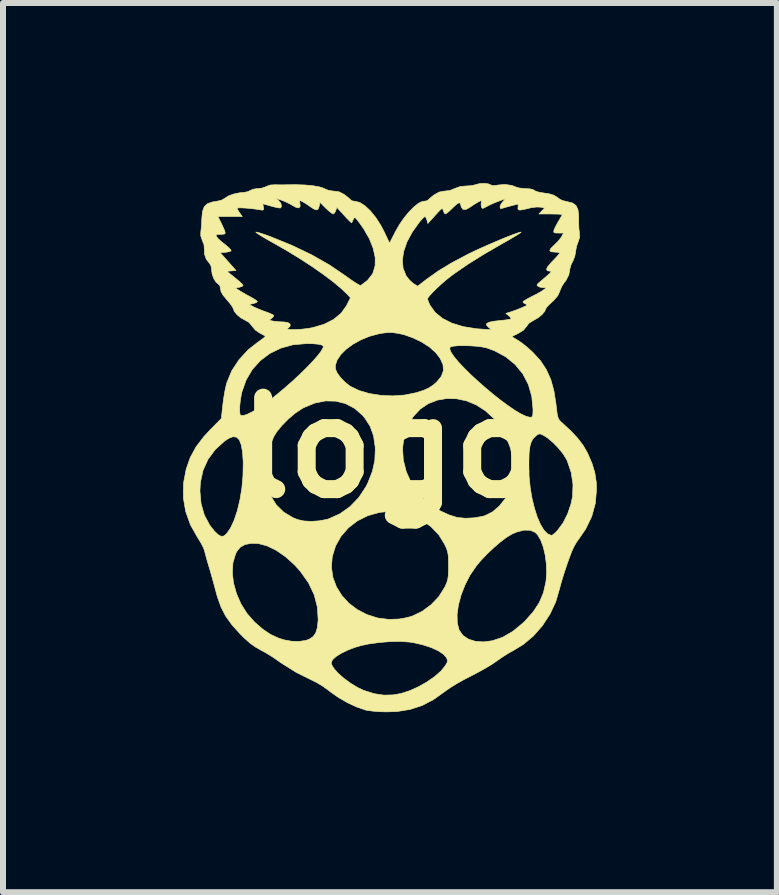
<source format=kicad_pcb>
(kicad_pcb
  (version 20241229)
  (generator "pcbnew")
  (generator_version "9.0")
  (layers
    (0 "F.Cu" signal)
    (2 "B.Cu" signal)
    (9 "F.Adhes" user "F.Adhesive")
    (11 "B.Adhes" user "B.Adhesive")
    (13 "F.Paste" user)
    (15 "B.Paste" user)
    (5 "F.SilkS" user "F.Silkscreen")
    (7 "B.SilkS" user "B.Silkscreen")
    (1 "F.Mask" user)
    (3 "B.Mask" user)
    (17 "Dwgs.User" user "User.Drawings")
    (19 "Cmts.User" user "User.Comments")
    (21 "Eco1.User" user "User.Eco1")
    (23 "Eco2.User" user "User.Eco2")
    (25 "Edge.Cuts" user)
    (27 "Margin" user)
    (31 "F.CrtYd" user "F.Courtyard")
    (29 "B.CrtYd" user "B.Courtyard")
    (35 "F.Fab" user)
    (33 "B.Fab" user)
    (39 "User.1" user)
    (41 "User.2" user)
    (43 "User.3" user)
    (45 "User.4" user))
  (footprint "logo"
    (layer "F.Cu")
    (at 3.439 4.41)
    (property "Reference" "logo" (at 0 0 0) (layer "F.SilkS") (effects (font (size 1.524 1.524) (thickness 0.3))))
    (attr through_hole)
    (fp_poly (pts (xy 1.647 -4.397) (xy 1.683 -4.381) (xy 1.722 -4.367) (xy 1.787 -4.373) (xy 1.808 -4.377) (xy 1.923 -4.387) (xy 2.036 -4.371) (xy 2.11 -4.343) (xy 2.157 -4.329) (xy 2.227 -4.32) (xy 2.271 -4.318) (xy 2.352 -4.312) (xy 2.402 -4.296) (xy 2.411 -4.289) (xy 2.444 -4.271) (xy 2.504 -4.255) (xy 2.566 -4.245) (xy 2.666 -4.23) (xy 2.738 -4.207) (xy 2.798 -4.171) (xy 2.826 -4.149) (xy 2.873 -4.123) (xy 2.94 -4.104) (xy 2.963 -4.1) (xy 3.05 -4.078) (xy 3.108 -4.036) (xy 3.141 -3.967) (xy 3.153 -3.866) (xy 3.153 -3.823) (xy 3.153 -3.732) (xy 3.157 -3.645) (xy 3.164 -3.586) (xy 3.168 -3.504) (xy 3.144 -3.431) (xy 3.144 -3.43) (xy 3.119 -3.362) (xy 3.104 -3.284) (xy 3.103 -3.271) (xy 3.088 -3.191) (xy 3.058 -3.113) (xy 3.052 -3.103) (xy 3.022 -3.041) (xy 3.007 -2.986) (xy 3.006 -2.974) (xy 2.988 -2.879) (xy 2.94 -2.786) (xy 2.913 -2.752) (xy 2.876 -2.696) (xy 2.844 -2.626) (xy 2.839 -2.609) (xy 2.805 -2.534) (xy 2.743 -2.461) (xy 2.709 -2.429) (xy 2.655 -2.379) (xy 2.617 -2.338) (xy 2.604 -2.314) (xy 2.586 -2.271) (xy 2.542 -2.219) (xy 2.482 -2.169) (xy 2.416 -2.13) (xy 2.407 -2.126) (xy 2.324 -2.075) (xy 2.286 -2.023) (xy 2.233 -1.959) (xy 2.145 -1.905) (xy 2.037 -1.852) (xy 2.143 -1.788) (xy 2.209 -1.743) (xy 2.289 -1.679) (xy 2.369 -1.608) (xy 2.391 -1.587) (xy 2.517 -1.449) (xy 2.614 -1.301) (xy 2.688 -1.137) (xy 2.74 -0.948) (xy 2.775 -0.727) (xy 2.776 -0.714) (xy 2.788 -0.612) (xy 2.798 -0.542) (xy 2.811 -0.496) (xy 2.829 -0.463) (xy 2.855 -0.434) (xy 2.877 -0.415) (xy 3.022 -0.281) (xy 3.135 -0.16) (xy 3.224 -0.044) (xy 3.293 0.074) (xy 3.301 0.09) (xy 3.375 0.261) (xy 3.422 0.417) (xy 3.446 0.575) (xy 3.45 0.695) (xy 3.43 0.927) (xy 3.37 1.146) (xy 3.269 1.355) (xy 3.161 1.512) (xy 3.116 1.575) (xy 3.076 1.644) (xy 3.037 1.728) (xy 2.996 1.837) (xy 2.961 1.935) (xy 2.922 2.051) (xy 2.886 2.164) (xy 2.857 2.262) (xy 2.838 2.335) (xy 2.834 2.349) (xy 2.771 2.566) (xy 2.674 2.773) (xy 2.548 2.966) (xy 2.399 3.136) (xy 2.231 3.277) (xy 2.08 3.369) (xy 1.992 3.418) (xy 1.891 3.481) (xy 1.799 3.545) (xy 1.789 3.552) (xy 1.714 3.604) (xy 1.612 3.666) (xy 1.496 3.731) (xy 1.378 3.793) (xy 1.355 3.805) (xy 1.238 3.865) (xy 1.122 3.93) (xy 1.02 3.993) (xy 0.942 4.047) (xy 0.931 4.055) (xy 0.737 4.194) (xy 0.544 4.295) (xy 0.344 4.36) (xy 0.128 4.395) (xy -0.051 4.401) (xy -0.165 4.398) (xy -0.275 4.389) (xy -0.365 4.377) (xy -0.402 4.369) (xy -0.543 4.321) (xy -0.698 4.249) (xy -0.849 4.162) (xy -0.983 4.068) (xy -1.001 4.053) (xy -1.099 3.981) (xy -1.208 3.915) (xy -1.298 3.87) (xy -1.554 3.743) (xy -1.808 3.583) (xy -1.82 3.575) (xy -0.968 3.575) (xy -0.968 3.605) (xy -0.947 3.644) (xy -0.918 3.687) (xy -0.851 3.762) (xy -0.757 3.844) (xy -0.647 3.924) (xy -0.535 3.993) (xy -0.432 4.042) (xy -0.428 4.043) (xy -0.254 4.098) (xy -0.095 4.122) (xy 0.061 4.118) (xy 0.191 4.095) (xy 0.332 4.05) (xy 0.478 3.985) (xy 0.62 3.905) (xy 0.749 3.816) (xy 0.856 3.723) (xy 0.93 3.632) (xy 0.932 3.629) (xy 0.961 3.577) (xy 0.967 3.541) (xy 0.952 3.503) (xy 0.951 3.5) (xy 0.899 3.44) (xy 0.811 3.382) (xy 0.695 3.329) (xy 0.557 3.284) (xy 0.405 3.249) (xy 0.33 3.238) (xy 0.184 3.227) (xy 0.013 3.23) (xy -0.169 3.245) (xy -0.348 3.27) (xy -0.468 3.295) (xy -0.582 3.328) (xy -0.695 3.372) (xy -0.798 3.422) (xy -0.882 3.473) (xy -0.938 3.521) (xy -0.951 3.539) (xy -0.968 3.575) (xy -1.82 3.575) (xy -1.863 3.544) (xy -1.955 3.481) (xy -2.06 3.417) (xy -2.148 3.369) (xy -2.234 3.32) (xy -2.319 3.259) (xy -2.412 3.177) (xy -2.487 3.103) (xy -2.623 2.953) (xy -2.728 2.807) (xy -2.807 2.654) (xy -2.868 2.481) (xy -2.889 2.405) (xy -2.92 2.288) (xy -2.957 2.155) (xy -2.978 2.082) (xy -2.618 2.082) (xy -2.598 2.255) (xy -2.549 2.431) (xy -2.474 2.602) (xy -2.374 2.761) (xy -2.251 2.901) (xy -2.25 2.902) (xy -2.113 3.022) (xy -1.983 3.11) (xy -1.848 3.172) (xy -1.757 3.201) (xy -1.631 3.224) (xy -1.505 3.227) (xy -1.394 3.211) (xy -1.337 3.19) (xy -1.272 3.147) (xy -1.228 3.085) (xy -1.202 2.999) (xy -1.189 2.88) (xy -1.188 2.866) (xy -1.201 2.655) (xy -1.254 2.45) (xy -1.349 2.251) (xy -1.485 2.059) (xy -1.547 1.989) (xy -0.967 1.989) (xy -0.943 2.158) (xy -0.884 2.317) (xy -0.794 2.462) (xy -0.677 2.59) (xy -0.536 2.697) (xy -0.375 2.78) (xy -0.199 2.836) (xy -0.011 2.86) (xy 0.159 2.854) (xy 0.248 2.839) (xy 0.337 2.818) (xy 0.38 2.805) (xy 0.437 2.778) (xy 1.127 2.778) (xy 1.13 2.918) (xy 1.16 3.035) (xy 1.163 3.041) (xy 1.224 3.127) (xy 1.316 3.189) (xy 1.432 3.226) (xy 1.567 3.235) (xy 1.714 3.216) (xy 1.887 3.157) (xy 2.055 3.06) (xy 2.221 2.923) (xy 2.256 2.89) (xy 2.395 2.734) (xy 2.497 2.579) (xy 2.566 2.415) (xy 2.607 2.234) (xy 2.608 2.229) (xy 2.619 2.086) (xy 2.614 1.936) (xy 2.595 1.79) (xy 2.563 1.654) (xy 2.52 1.539) (xy 2.468 1.451) (xy 2.429 1.411) (xy 2.346 1.375) (xy 2.242 1.373) (xy 2.119 1.405) (xy 2.04 1.439) (xy 1.953 1.491) (xy 1.85 1.569) (xy 1.738 1.665) (xy 1.626 1.771) (xy 1.523 1.879) (xy 1.444 1.974) (xy 1.342 2.124) (xy 1.258 2.288) (xy 1.193 2.456) (xy 1.149 2.621) (xy 1.127 2.778) (xy 0.437 2.778) (xy 0.544 2.726) (xy 0.695 2.615) (xy 0.824 2.479) (xy 0.92 2.326) (xy 0.927 2.313) (xy 0.954 2.251) (xy 0.971 2.196) (xy 0.98 2.133) (xy 0.984 2.05) (xy 0.984 1.968) (xy 0.983 1.865) (xy 0.979 1.79) (xy 0.968 1.731) (xy 0.949 1.674) (xy 0.918 1.607) (xy 0.918 1.607) (xy 0.822 1.451) (xy 0.693 1.316) (xy 0.54 1.207) (xy 0.367 1.126) (xy 0.181 1.077) (xy -0.011 1.062) (xy -0.164 1.077) (xy -0.358 1.131) (xy -0.533 1.218) (xy -0.684 1.334) (xy -0.807 1.475) (xy -0.898 1.637) (xy -0.953 1.814) (xy -0.967 1.989) (xy -1.547 1.989) (xy -1.58 1.953) (xy -1.732 1.816) (xy -1.887 1.709) (xy -2.04 1.635) (xy -2.186 1.596) (xy -2.297 1.592) (xy -2.407 1.613) (xy -2.487 1.658) (xy -2.547 1.734) (xy -2.565 1.772) (xy -2.608 1.918) (xy -2.618 2.082) (xy -2.978 2.082) (xy -2.993 2.029) (xy -3.003 1.996) (xy -3.032 1.9) (xy -3.057 1.811) (xy -3.075 1.743) (xy -3.081 1.717) (xy -3.099 1.666) (xy -3.136 1.595) (xy -3.184 1.515) (xy -3.198 1.494) (xy -3.316 1.284) (xy -3.395 1.063) (xy -3.434 0.835) (xy -3.433 0.722) (xy -3.158 0.722) (xy -3.139 0.932) (xy -3.084 1.123) (xy -2.994 1.291) (xy -2.917 1.389) (xy -2.853 1.45) (xy -2.802 1.477) (xy -2.758 1.47) (xy -2.715 1.434) (xy -2.648 1.338) (xy -2.587 1.206) (xy -2.534 1.047) (xy -2.491 0.866) (xy -2.459 0.672) (xy -2.441 0.47) (xy -2.439 0.38) (xy -2.07 0.38) (xy -2.055 0.564) (xy -2.043 0.621) (xy -1.978 0.802) (xy -1.885 0.953) (xy -1.762 1.073) (xy -1.609 1.165) (xy -1.527 1.198) (xy -1.427 1.22) (xy -1.303 1.227) (xy -1.171 1.218) (xy -1.048 1.195) (xy -1.01 1.184) (xy -0.824 1.1) (xy -0.656 0.98) (xy -0.51 0.828) (xy -0.391 0.648) (xy -0.358 0.582) (xy -0.284 0.393) (xy -0.244 0.212) (xy -0.236 0.024) (xy -0.237 0.008) (xy 0.218 0.008) (xy 0.231 0.205) (xy 0.28 0.399) (xy 0.364 0.585) (xy 0.484 0.759) (xy 0.608 0.889) (xy 0.719 0.976) (xy 0.853 1.055) (xy 0.993 1.119) (xy 1.123 1.16) (xy 1.132 1.162) (xy 1.264 1.175) (xy 1.41 1.168) (xy 1.549 1.144) (xy 1.596 1.13) (xy 1.718 1.068) (xy 1.831 0.971) (xy 1.929 0.847) (xy 2.006 0.704) (xy 2.055 0.549) (xy 2.056 0.547) (xy 2.073 0.378) (xy 2.067 0.296) (xy 2.32 0.296) (xy 2.327 0.485) (xy 2.346 0.67) (xy 2.376 0.846) (xy 2.416 1.009) (xy 2.463 1.155) (xy 2.516 1.277) (xy 2.573 1.372) (xy 2.634 1.434) (xy 2.696 1.46) (xy 2.702 1.46) (xy 2.728 1.446) (xy 2.771 1.408) (xy 2.804 1.373) (xy 2.893 1.252) (xy 2.968 1.103) (xy 3.024 0.94) (xy 3.051 0.813) (xy 3.058 0.613) (xy 3.028 0.411) (xy 2.962 0.219) (xy 2.95 0.194) (xy 2.895 0.104) (xy 2.816 0.006) (xy 2.725 -0.087) (xy 2.635 -0.163) (xy 2.577 -0.2) (xy 2.526 -0.226) (xy 2.495 -0.231) (xy 2.464 -0.216) (xy 2.442 -0.199) (xy 2.397 -0.156) (xy 2.363 -0.1) (xy 2.341 -0.024) (xy 2.327 0.078) (xy 2.321 0.212) (xy 2.32 0.296) (xy 2.067 0.296) (xy 2.059 0.193) (xy 2.015 0.004) (xy 1.945 -0.18) (xy 1.862 -0.329) (xy 1.739 -0.488) (xy 1.598 -0.616) (xy 1.445 -0.714) (xy 1.284 -0.781) (xy 1.119 -0.816) (xy 0.955 -0.82) (xy 0.797 -0.793) (xy 0.648 -0.735) (xy 0.514 -0.645) (xy 0.399 -0.523) (xy 0.309 -0.373) (xy 0.244 -0.186) (xy 0.218 0.008) (xy -0.237 0.008) (xy -0.238 -0.016) (xy -0.265 -0.199) (xy -0.322 -0.357) (xy -0.412 -0.497) (xy -0.447 -0.539) (xy -0.581 -0.656) (xy -0.731 -0.735) (xy -0.894 -0.776) (xy -1.066 -0.78) (xy -1.244 -0.744) (xy -1.424 -0.67) (xy -1.458 -0.651) (xy -1.57 -0.576) (xy -1.685 -0.479) (xy -1.791 -0.371) (xy -1.879 -0.264) (xy -1.924 -0.192) (xy -2.003 -0.008) (xy -2.052 0.187) (xy -2.07 0.38) (xy -2.439 0.38) (xy -2.437 0.268) (xy -2.437 0.232) (xy -2.448 0.071) (xy -2.47 -0.05) (xy -2.502 -0.132) (xy -2.547 -0.176) (xy -2.606 -0.184) (xy -2.679 -0.156) (xy -2.746 -0.112) (xy -2.903 0.031) (xy -3.023 0.193) (xy -3.106 0.376) (xy -3.15 0.576) (xy -3.158 0.722) (xy -3.433 0.722) (xy -3.431 0.603) (xy -3.428 0.572) (xy -3.387 0.357) (xy -3.32 0.165) (xy -3.223 -0.014) (xy -3.09 -0.188) (xy -2.994 -0.291) (xy -2.801 -0.487) (xy -2.787 -0.617) (xy -2.497 -0.617) (xy -2.491 -0.561) (xy -2.482 -0.542) (xy -2.445 -0.534) (xy -2.377 -0.554) (xy -2.281 -0.601) (xy -2.223 -0.635) (xy -2.117 -0.703) (xy -2 -0.788) (xy -1.875 -0.887) (xy -1.746 -0.995) (xy -1.617 -1.108) (xy -1.494 -1.222) (xy -1.38 -1.334) (xy -1.345 -1.37) (xy -0.902 -1.37) (xy -0.899 -1.309) (xy -0.87 -1.244) (xy -0.815 -1.169) (xy -0.742 -1.094) (xy -0.663 -1.031) (xy -0.653 -1.024) (xy -0.508 -0.954) (xy -0.336 -0.903) (xy -0.145 -0.873) (xy 0.055 -0.864) (xy 0.253 -0.878) (xy 0.441 -0.916) (xy 0.456 -0.92) (xy 0.572 -0.958) (xy 0.66 -0.998) (xy 0.734 -1.048) (xy 0.788 -1.096) (xy 0.864 -1.189) (xy 0.899 -1.285) (xy 0.892 -1.385) (xy 0.844 -1.49) (xy 0.771 -1.585) (xy 0.708 -1.641) (xy 1.005 -1.641) (xy 1.029 -1.585) (xy 1.08 -1.512) (xy 1.153 -1.424) (xy 1.246 -1.326) (xy 1.353 -1.22) (xy 1.471 -1.111) (xy 1.596 -1.001) (xy 1.724 -0.894) (xy 1.851 -0.793) (xy 1.974 -0.703) (xy 2.087 -0.625) (xy 2.188 -0.565) (xy 2.273 -0.525) (xy 2.337 -0.508) (xy 2.343 -0.508) (xy 2.37 -0.511) (xy 2.384 -0.527) (xy 2.39 -0.565) (xy 2.392 -0.636) (xy 2.392 -0.64) (xy 2.371 -0.856) (xy 2.314 -1.054) (xy 2.221 -1.232) (xy 2.094 -1.387) (xy 1.936 -1.516) (xy 1.75 -1.616) (xy 1.618 -1.664) (xy 1.546 -1.679) (xy 1.453 -1.691) (xy 1.349 -1.698) (xy 1.244 -1.701) (xy 1.148 -1.7) (xy 1.07 -1.693) (xy 1.021 -1.682) (xy 1.011 -1.676) (xy 1.005 -1.641) (xy 0.708 -1.641) (xy 0.67 -1.675) (xy 0.541 -1.759) (xy 0.394 -1.83) (xy 0.242 -1.884) (xy 0.147 -1.905) (xy 0.056 -1.918) (xy -0.021 -1.92) (xy -0.103 -1.911) (xy -0.178 -1.898) (xy -0.332 -1.857) (xy -0.477 -1.797) (xy -0.609 -1.724) (xy -0.722 -1.641) (xy -0.812 -1.551) (xy -0.873 -1.459) (xy -0.902 -1.37) (xy -1.345 -1.37) (xy -1.28 -1.438) (xy -1.198 -1.531) (xy -1.138 -1.609) (xy -1.106 -1.667) (xy -1.101 -1.689) (xy -1.121 -1.709) (xy -1.179 -1.724) (xy -1.271 -1.733) (xy -1.384 -1.735) (xy -1.604 -1.716) (xy -1.807 -1.661) (xy -1.991 -1.572) (xy -2.151 -1.452) (xy -2.284 -1.305) (xy -2.387 -1.131) (xy -2.457 -0.935) (xy -2.467 -0.893) (xy -2.484 -0.793) (xy -2.494 -0.698) (xy -2.497 -0.617) (xy -2.787 -0.617) (xy -2.776 -0.72) (xy -2.761 -0.832) (xy -2.742 -0.944) (xy -2.721 -1.041) (xy -2.709 -1.085) (xy -2.627 -1.283) (xy -2.506 -1.467) (xy -2.353 -1.633) (xy -2.191 -1.76) (xy -2.13 -1.803) (xy -2.086 -1.837) (xy -2.068 -1.855) (xy -2.068 -1.856) (xy -2.088 -1.871) (xy -2.134 -1.897) (xy -2.163 -1.912) (xy -2.235 -1.961) (xy -2.283 -2.019) (xy -2.286 -2.023) (xy -2.34 -2.088) (xy -2.407 -2.126) (xy -2.476 -2.164) (xy -2.539 -2.216) (xy -2.585 -2.271) (xy -2.603 -2.318) (xy -2.603 -2.319) (xy -2.617 -2.349) (xy -2.652 -2.398) (xy -2.703 -2.458) (xy -2.709 -2.466) (xy -2.772 -2.541) (xy -2.805 -2.599) (xy -2.815 -2.647) (xy -2.825 -2.698) (xy -2.846 -2.723) (xy -2.889 -2.758) (xy -2.928 -2.82) (xy -2.955 -2.895) (xy -2.963 -2.958) (xy -2.972 -3.027) (xy -2.996 -3.07) (xy -2.996 -3.07) (xy -3.05 -3.137) (xy -3.081 -3.221) (xy -3.084 -3.293) (xy -3.09 -3.384) (xy -3.114 -3.443) (xy -3.144 -3.529) (xy -3.144 -3.545) (xy -2.888 -3.545) (xy -2.883 -3.523) (xy -2.879 -3.514) (xy -2.851 -3.48) (xy -2.799 -3.433) (xy -2.738 -3.385) (xy -2.683 -3.339) (xy -2.647 -3.302) (xy -2.638 -3.281) (xy -2.638 -3.28) (xy -2.67 -3.267) (xy -2.724 -3.257) (xy -2.738 -3.256) (xy -2.819 -3.249) (xy -2.688 -3.101) (xy -2.557 -2.953) (xy -2.709 -2.94) (xy -2.577 -2.834) (xy -2.514 -2.782) (xy -2.465 -2.738) (xy -2.44 -2.711) (xy -2.438 -2.708) (xy -2.451 -2.691) (xy -2.492 -2.676) (xy -2.497 -2.675) (xy -2.564 -2.661) (xy -2.504 -2.621) (xy -2.453 -2.589) (xy -2.381 -2.548) (xy -2.323 -2.517) (xy -2.261 -2.482) (xy -2.217 -2.453) (xy -2.201 -2.436) (xy -2.22 -2.418) (xy -2.264 -2.403) (xy -2.269 -2.402) (xy -2.337 -2.387) (xy -2.264 -2.348) (xy -2.204 -2.32) (xy -2.123 -2.287) (xy -2.058 -2.264) (xy -1.991 -2.239) (xy -1.944 -2.216) (xy -1.926 -2.201) (xy -1.942 -2.176) (xy -1.969 -2.152) (xy -1.994 -2.133) (xy -1.989 -2.121) (xy -1.949 -2.112) (xy -1.932 -2.109) (xy -1.856 -2.1) (xy -1.773 -2.096) (xy -1.761 -2.096) (xy -1.694 -2.086) (xy -1.657 -2.063) (xy -1.654 -2.029) (xy -1.683 -1.997) (xy -1.699 -1.982) (xy -1.691 -1.974) (xy -1.654 -1.97) (xy -1.58 -1.969) (xy -1.576 -1.969) (xy -1.472 -1.974) (xy -1.358 -1.987) (xy -1.281 -2.001) (xy -1.09 -2.057) (xy -0.932 -2.137) (xy -0.806 -2.241) (xy -0.716 -2.366) (xy -0.708 -2.383) (xy -0.65 -2.499) (xy -0.701 -2.554) (xy -0.805 -2.654) (xy -0.942 -2.768) (xy -1.107 -2.892) (xy -1.294 -3.022) (xy -1.498 -3.155) (xy -1.713 -3.286) (xy -1.925 -3.407) (xy -2.028 -3.465) (xy -2.115 -3.516) (xy -2.181 -3.557) (xy -2.22 -3.584) (xy -2.227 -3.593) (xy -2.199 -3.589) (xy -2.141 -3.573) (xy -2.063 -3.546) (xy -1.997 -3.523) (xy -1.63 -3.374) (xy -1.299 -3.216) (xy -0.999 -3.045) (xy -0.725 -2.859) (xy -0.706 -2.845) (xy -0.625 -2.787) (xy -0.555 -2.741) (xy -0.503 -2.711) (xy -0.478 -2.704) (xy -0.477 -2.704) (xy -0.366 -2.789) (xy -0.285 -2.892) (xy -0.274 -2.914) (xy -0.239 -3.033) (xy -0.238 -3.122) (xy 0.215 -3.122) (xy 0.228 -2.987) (xy 0.276 -2.869) (xy 0.283 -2.858) (xy 0.332 -2.796) (xy 0.387 -2.745) (xy 0.405 -2.732) (xy 0.47 -2.692) (xy 0.618 -2.806) (xy 0.813 -2.945) (xy 1.038 -3.081) (xy 1.298 -3.219) (xy 1.402 -3.27) (xy 1.515 -3.322) (xy 1.636 -3.376) (xy 1.759 -3.429) (xy 1.878 -3.479) (xy 1.986 -3.523) (xy 2.078 -3.558) (xy 2.147 -3.582) (xy 2.187 -3.592) (xy 2.194 -3.592) (xy 2.179 -3.579) (xy 2.134 -3.549) (xy 2.062 -3.506) (xy 1.97 -3.452) (xy 1.872 -3.397) (xy 1.57 -3.222) (xy 1.305 -3.056) (xy 1.079 -2.9) (xy 1.027 -2.862) (xy 0.947 -2.799) (xy 0.865 -2.728) (xy 0.786 -2.655) (xy 0.718 -2.587) (xy 0.666 -2.531) (xy 0.638 -2.492) (xy 0.635 -2.482) (xy 0.644 -2.446) (xy 0.667 -2.392) (xy 0.675 -2.375) (xy 0.76 -2.256) (xy 0.882 -2.156) (xy 1.037 -2.077) (xy 1.225 -2.019) (xy 1.444 -1.983) (xy 1.616 -1.971) (xy 1.698 -1.968) (xy 1.648 -2.009) (xy 1.617 -2.043) (xy 1.62 -2.07) (xy 1.659 -2.091) (xy 1.735 -2.107) (xy 1.831 -2.118) (xy 1.915 -2.127) (xy 1.982 -2.136) (xy 2.021 -2.144) (xy 2.026 -2.146) (xy 2.02 -2.166) (xy 1.989 -2.197) (xy 1.989 -2.198) (xy 1.939 -2.238) (xy 2.023 -2.264) (xy 2.094 -2.289) (xy 2.177 -2.321) (xy 2.209 -2.335) (xy 2.267 -2.36) (xy 2.29 -2.377) (xy 2.283 -2.388) (xy 2.268 -2.395) (xy 2.232 -2.415) (xy 2.223 -2.429) (xy 2.24 -2.446) (xy 2.287 -2.475) (xy 2.353 -2.51) (xy 2.367 -2.517) (xy 2.445 -2.557) (xy 2.515 -2.596) (xy 2.561 -2.625) (xy 2.562 -2.626) (xy 2.614 -2.666) (xy 2.561 -2.667) (xy 2.507 -2.676) (xy 2.477 -2.689) (xy 2.458 -2.708) (xy 2.471 -2.731) (xy 2.488 -2.747) (xy 2.578 -2.823) (xy 2.64 -2.877) (xy 2.677 -2.911) (xy 2.693 -2.931) (xy 2.691 -2.94) (xy 2.677 -2.942) (xy 2.672 -2.942) (xy 2.628 -2.95) (xy 2.617 -2.976) (xy 2.64 -3.021) (xy 2.697 -3.087) (xy 2.717 -3.109) (xy 2.773 -3.167) (xy 2.815 -3.214) (xy 2.835 -3.241) (xy 2.836 -3.244) (xy 2.818 -3.254) (xy 2.771 -3.259) (xy 2.752 -3.26) (xy 2.693 -3.265) (xy 2.671 -3.284) (xy 2.686 -3.318) (xy 2.738 -3.37) (xy 2.746 -3.377) (xy 2.803 -3.433) (xy 2.852 -3.492) (xy 2.864 -3.511) (xy 2.902 -3.577) (xy 2.815 -3.577) (xy 2.76 -3.579) (xy 2.738 -3.59) (xy 2.739 -3.615) (xy 2.741 -3.625) (xy 2.76 -3.67) (xy 2.793 -3.733) (xy 2.817 -3.774) (xy 2.851 -3.832) (xy 2.873 -3.872) (xy 2.879 -3.885) (xy 2.859 -3.889) (xy 2.806 -3.893) (xy 2.73 -3.894) (xy 2.684 -3.895) (xy 2.49 -3.895) (xy 2.585 -3.995) (xy 2.514 -4.009) (xy 2.452 -4.011) (xy 2.37 -4.001) (xy 2.321 -3.99) (xy 2.232 -3.968) (xy 2.177 -3.96) (xy 2.148 -3.965) (xy 2.14 -3.985) (xy 2.143 -4.012) (xy 2.145 -4.05) (xy 2.126 -4.057) (xy 2.119 -4.055) (xy 2.078 -4.044) (xy 2.016 -4.028) (xy 1.994 -4.022) (xy 1.931 -4.005) (xy 1.882 -3.99) (xy 1.872 -3.986) (xy 1.847 -3.989) (xy 1.842 -4.016) (xy 1.857 -4.057) (xy 1.889 -4.101) (xy 1.937 -4.152) (xy 1.811 -4.105) (xy 1.731 -4.073) (xy 1.655 -4.038) (xy 1.616 -4.017) (xy 1.569 -3.992) (xy 1.546 -3.989) (xy 1.533 -4.008) (xy 1.532 -4.009) (xy 1.526 -4.058) (xy 1.53 -4.085) (xy 1.535 -4.111) (xy 1.522 -4.115) (xy 1.483 -4.097) (xy 1.474 -4.092) (xy 1.412 -4.055) (xy 1.345 -4.01) (xy 1.337 -4.004) (xy 1.274 -3.97) (xy 1.225 -3.973) (xy 1.195 -4.014) (xy 1.189 -4.04) (xy 1.179 -4.074) (xy 1.158 -4.081) (xy 1.121 -4.059) (xy 1.064 -4.007) (xy 1.047 -3.99) (xy 0.994 -3.94) (xy 0.952 -3.906) (xy 0.931 -3.895) (xy 0.912 -3.913) (xy 0.897 -3.951) (xy 0.889 -3.976) (xy 0.878 -3.985) (xy 0.857 -3.973) (xy 0.82 -3.936) (xy 0.762 -3.872) (xy 0.761 -3.871) (xy 0.639 -3.736) (xy 0.624 -3.794) (xy 0.608 -3.836) (xy 0.592 -3.852) (xy 0.57 -3.837) (xy 0.532 -3.798) (xy 0.501 -3.762) (xy 0.381 -3.595) (xy 0.292 -3.43) (xy 0.237 -3.271) (xy 0.215 -3.122) (xy -0.238 -3.122) (xy -0.238 -3.17) (xy -0.271 -3.322) (xy -0.335 -3.483) (xy -0.43 -3.648) (xy -0.489 -3.732) (xy -0.536 -3.795) (xy -0.566 -3.828) (xy -0.583 -3.835) (xy -0.595 -3.82) (xy -0.602 -3.806) (xy -0.62 -3.766) (xy -0.629 -3.748) (xy -0.645 -3.759) (xy -0.682 -3.794) (xy -0.733 -3.848) (xy -0.756 -3.873) (xy -0.877 -4.006) (xy -0.895 -3.95) (xy -0.916 -3.91) (xy -0.938 -3.895) (xy -0.964 -3.909) (xy -1.01 -3.945) (xy -1.06 -3.991) (xy -1.158 -4.088) (xy -1.171 -4.023) (xy -1.188 -3.976) (xy -1.218 -3.962) (xy -1.265 -3.98) (xy -1.314 -4.013) (xy -1.376 -4.056) (xy -1.435 -4.093) (xy -1.445 -4.098) (xy -1.485 -4.117) (xy -1.498 -4.113) (xy -1.493 -4.081) (xy -1.488 -4.022) (xy -1.509 -3.996) (xy -1.555 -4.004) (xy -1.601 -4.029) (xy -1.658 -4.062) (xy -1.73 -4.097) (xy -1.801 -4.126) (xy -1.859 -4.145) (xy -1.881 -4.149) (xy -1.875 -4.139) (xy -1.846 -4.116) (xy -1.81 -4.074) (xy -1.799 -4.027) (xy -1.811 -3.995) (xy -1.836 -3.995) (xy -1.89 -4.005) (xy -1.962 -4.023) (xy -1.965 -4.024) (xy -2.035 -4.044) (xy -2.086 -4.058) (xy -2.108 -4.064) (xy -2.108 -4.064) (xy -2.107 -4.046) (xy -2.1 -4.008) (xy -2.096 -3.971) (xy -2.111 -3.959) (xy -2.156 -3.964) (xy -2.161 -3.965) (xy -2.238 -3.977) (xy -2.324 -3.987) (xy -2.407 -3.994) (xy -2.477 -3.997) (xy -2.525 -3.996) (xy -2.54 -3.991) (xy -2.529 -3.965) (xy -2.501 -3.921) (xy -2.496 -3.914) (xy -2.452 -3.852) (xy -2.858 -3.852) (xy -2.808 -3.752) (xy -2.776 -3.685) (xy -2.75 -3.626) (xy -2.742 -3.604) (xy -2.737 -3.573) (xy -2.752 -3.56) (xy -2.797 -3.556) (xy -2.814 -3.556) (xy -2.868 -3.554) (xy -2.888 -3.545) (xy -3.144 -3.545) (xy -3.143 -3.598) (xy -3.136 -3.658) (xy -3.13 -3.741) (xy -3.126 -3.825) (xy -3.115 -3.938) (xy -3.085 -4.017) (xy -3.031 -4.067) (xy -2.949 -4.095) (xy -2.9 -4.102) (xy -2.8 -4.123) (xy -2.737 -4.161) (xy -2.679 -4.197) (xy -2.593 -4.228) (xy -2.496 -4.248) (xy -2.417 -4.255) (xy -2.358 -4.267) (xy -2.319 -4.287) (xy -2.272 -4.307) (xy -2.206 -4.318) (xy -2.191 -4.318) (xy -2.123 -4.326) (xy -2.064 -4.347) (xy -2.056 -4.352) (xy -1.988 -4.377) (xy -1.903 -4.382) (xy -1.826 -4.38) (xy -1.756 -4.38) (xy -1.736 -4.381) (xy -1.564 -4.383) (xy -1.406 -4.378) (xy -1.27 -4.365) (xy -1.161 -4.345) (xy -1.086 -4.32) (xy -1.074 -4.312) (xy -1.013 -4.288) (xy -0.937 -4.276) (xy -0.925 -4.276) (xy -0.842 -4.265) (xy -0.766 -4.227) (xy -0.746 -4.214) (xy -0.693 -4.173) (xy -0.656 -4.14) (xy -0.646 -4.129) (xy -0.617 -4.112) (xy -0.573 -4.106) (xy -0.495 -4.087) (xy -0.409 -4.032) (xy -0.318 -3.947) (xy -0.228 -3.836) (xy -0.144 -3.705) (xy -0.091 -3.604) (xy 0.002 -3.409) (xy 0.101 -3.604) (xy 0.168 -3.721) (xy 0.245 -3.832) (xy 0.328 -3.932) (xy 0.409 -4.014) (xy 0.485 -4.074) (xy 0.548 -4.104) (xy 0.567 -4.106) (xy 0.618 -4.113) (xy 0.646 -4.129) (xy 0.671 -4.154) (xy 0.717 -4.192) (xy 0.746 -4.214) (xy 0.825 -4.259) (xy 0.905 -4.275) (xy 0.923 -4.276) (xy 1.013 -4.288) (xy 1.084 -4.318) (xy 1.18 -4.353) (xy 1.263 -4.36) (xy 1.34 -4.365) (xy 1.409 -4.376) (xy 1.433 -4.383) (xy 1.503 -4.401) (xy 1.58 -4.405) (xy 1.647 -4.397)) (stroke (width 0.01) (type solid)) (fill yes) (layer "F.SilkS")))
  (gr_rect
    (start -3 -3)
    (end 9.894 11.816)
    (stroke (width 0.1) (type default))
    (fill no)
    (layer "Edge.Cuts")))
</source>
